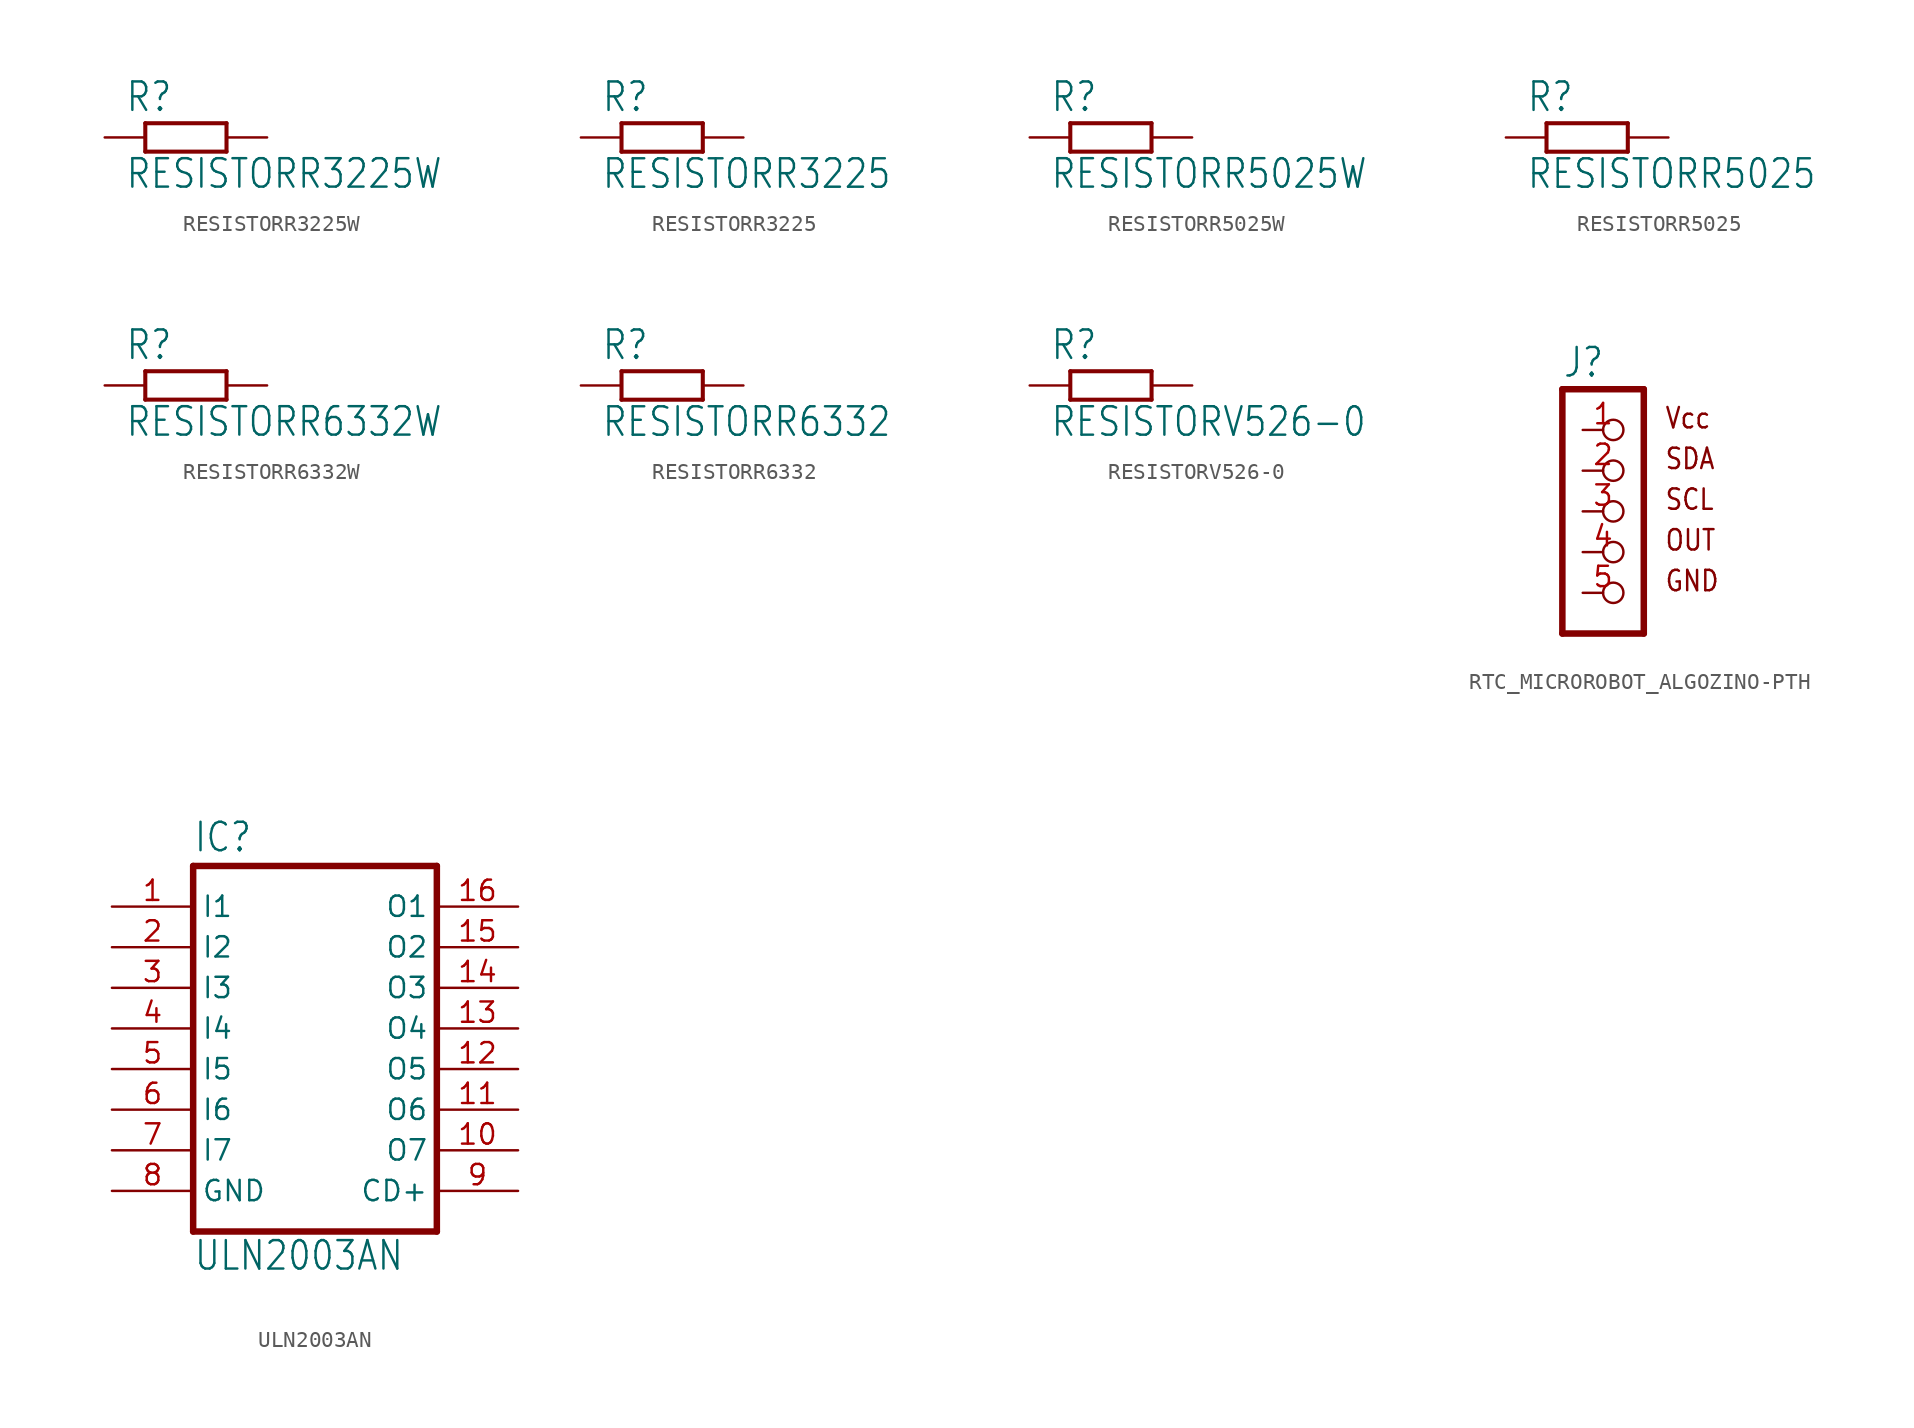
<source format=kicad_sym>
(kicad_symbol_lib
  (version 20211014)
  (generator kicad_symbol_editor)
  (symbol "RESISTORR3225W"
    (property "Reference" "R"
      (at -3.81 1.499 0)
      (effects (font (size 1.778 1.511)) (justify left bottom)))
    (property "Value" "RESISTORR3225W"
      (at -3.81 -3.302 0)
      (effects (font (size 1.778 1.511)) (justify left bottom)))
    (property "ki_locked" ""
      (at 0 0 0)
      (effects (font (size 1.27 1.27))))
    (symbol "RESISTORR3225W_1_0"
      (polyline (pts (xy -2.54 -0.889) (xy -2.54 0.889)) (stroke (width 0.254) (type default) (color 0 0 0 0)) (fill (type none)))
      (polyline (pts (xy -2.54 -0.889) (xy 2.54 -0.889)) (stroke (width 0.254) (type default) (color 0 0 0 0)) (fill (type none)))
      (polyline (pts (xy 2.54 -0.889) (xy 2.54 0.889)) (stroke (width 0.254) (type default) (color 0 0 0 0)) (fill (type none)))
      (polyline (pts (xy 2.54 0.889) (xy -2.54 0.889)) (stroke (width 0.254) (type default) (color 0 0 0 0)) (fill (type none)))
      (pin passive line (at -5.08 0 0) (length 2.54) (name "1" (effects (font (size 0 0)))) (number "1" (effects (font (size 0 0)))))
      (pin passive line (at 5.08 0 180) (length 2.54) (name "2" (effects (font (size 0 0)))) (number "2" (effects (font (size 0 0)))))))
  (symbol "RESISTORR3225"
    (property "Reference" "R"
      (at -3.81 1.499 0)
      (effects (font (size 1.778 1.511)) (justify left bottom)))
    (property "Value" "RESISTORR3225"
      (at -3.81 -3.302 0)
      (effects (font (size 1.778 1.511)) (justify left bottom)))
    (property "ki_locked" ""
      (at 0 0 0)
      (effects (font (size 1.27 1.27))))
    (symbol "RESISTORR3225_1_0"
      (polyline (pts (xy -2.54 -0.889) (xy -2.54 0.889)) (stroke (width 0.254) (type default) (color 0 0 0 0)) (fill (type none)))
      (polyline (pts (xy -2.54 -0.889) (xy 2.54 -0.889)) (stroke (width 0.254) (type default) (color 0 0 0 0)) (fill (type none)))
      (polyline (pts (xy 2.54 -0.889) (xy 2.54 0.889)) (stroke (width 0.254) (type default) (color 0 0 0 0)) (fill (type none)))
      (polyline (pts (xy 2.54 0.889) (xy -2.54 0.889)) (stroke (width 0.254) (type default) (color 0 0 0 0)) (fill (type none)))
      (pin passive line (at -5.08 0 0) (length 2.54) (name "1" (effects (font (size 0 0)))) (number "1" (effects (font (size 0 0)))))
      (pin passive line (at 5.08 0 180) (length 2.54) (name "2" (effects (font (size 0 0)))) (number "2" (effects (font (size 0 0)))))))
  (symbol "RESISTORR5025W"
    (property "Reference" "R"
      (at -3.81 1.499 0)
      (effects (font (size 1.778 1.511)) (justify left bottom)))
    (property "Value" "RESISTORR5025W"
      (at -3.81 -3.302 0)
      (effects (font (size 1.778 1.511)) (justify left bottom)))
    (property "ki_locked" ""
      (at 0 0 0)
      (effects (font (size 1.27 1.27))))
    (symbol "RESISTORR5025W_1_0"
      (polyline (pts (xy -2.54 -0.889) (xy -2.54 0.889)) (stroke (width 0.254) (type default) (color 0 0 0 0)) (fill (type none)))
      (polyline (pts (xy -2.54 -0.889) (xy 2.54 -0.889)) (stroke (width 0.254) (type default) (color 0 0 0 0)) (fill (type none)))
      (polyline (pts (xy 2.54 -0.889) (xy 2.54 0.889)) (stroke (width 0.254) (type default) (color 0 0 0 0)) (fill (type none)))
      (polyline (pts (xy 2.54 0.889) (xy -2.54 0.889)) (stroke (width 0.254) (type default) (color 0 0 0 0)) (fill (type none)))
      (pin passive line (at -5.08 0 0) (length 2.54) (name "1" (effects (font (size 0 0)))) (number "1" (effects (font (size 0 0)))))
      (pin passive line (at 5.08 0 180) (length 2.54) (name "2" (effects (font (size 0 0)))) (number "2" (effects (font (size 0 0)))))))
  (symbol "RESISTORR5025"
    (property "Reference" "R"
      (at -3.81 1.499 0)
      (effects (font (size 1.778 1.511)) (justify left bottom)))
    (property "Value" "RESISTORR5025"
      (at -3.81 -3.302 0)
      (effects (font (size 1.778 1.511)) (justify left bottom)))
    (property "ki_locked" ""
      (at 0 0 0)
      (effects (font (size 1.27 1.27))))
    (symbol "RESISTORR5025_1_0"
      (polyline (pts (xy -2.54 -0.889) (xy -2.54 0.889)) (stroke (width 0.254) (type default) (color 0 0 0 0)) (fill (type none)))
      (polyline (pts (xy -2.54 -0.889) (xy 2.54 -0.889)) (stroke (width 0.254) (type default) (color 0 0 0 0)) (fill (type none)))
      (polyline (pts (xy 2.54 -0.889) (xy 2.54 0.889)) (stroke (width 0.254) (type default) (color 0 0 0 0)) (fill (type none)))
      (polyline (pts (xy 2.54 0.889) (xy -2.54 0.889)) (stroke (width 0.254) (type default) (color 0 0 0 0)) (fill (type none)))
      (pin passive line (at -5.08 0 0) (length 2.54) (name "1" (effects (font (size 0 0)))) (number "1" (effects (font (size 0 0)))))
      (pin passive line (at 5.08 0 180) (length 2.54) (name "2" (effects (font (size 0 0)))) (number "2" (effects (font (size 0 0)))))))
  (symbol "RESISTORR6332W"
    (property "Reference" "R"
      (at -3.81 1.499 0)
      (effects (font (size 1.778 1.511)) (justify left bottom)))
    (property "Value" "RESISTORR6332W"
      (at -3.81 -3.302 0)
      (effects (font (size 1.778 1.511)) (justify left bottom)))
    (property "ki_locked" ""
      (at 0 0 0)
      (effects (font (size 1.27 1.27))))
    (symbol "RESISTORR6332W_1_0"
      (polyline (pts (xy -2.54 -0.889) (xy -2.54 0.889)) (stroke (width 0.254) (type default) (color 0 0 0 0)) (fill (type none)))
      (polyline (pts (xy -2.54 -0.889) (xy 2.54 -0.889)) (stroke (width 0.254) (type default) (color 0 0 0 0)) (fill (type none)))
      (polyline (pts (xy 2.54 -0.889) (xy 2.54 0.889)) (stroke (width 0.254) (type default) (color 0 0 0 0)) (fill (type none)))
      (polyline (pts (xy 2.54 0.889) (xy -2.54 0.889)) (stroke (width 0.254) (type default) (color 0 0 0 0)) (fill (type none)))
      (pin passive line (at -5.08 0 0) (length 2.54) (name "1" (effects (font (size 0 0)))) (number "1" (effects (font (size 0 0)))))
      (pin passive line (at 5.08 0 180) (length 2.54) (name "2" (effects (font (size 0 0)))) (number "2" (effects (font (size 0 0)))))))
  (symbol "RESISTORR6332"
    (property "Reference" "R"
      (at -3.81 1.499 0)
      (effects (font (size 1.778 1.511)) (justify left bottom)))
    (property "Value" "RESISTORR6332"
      (at -3.81 -3.302 0)
      (effects (font (size 1.778 1.511)) (justify left bottom)))
    (property "ki_locked" ""
      (at 0 0 0)
      (effects (font (size 1.27 1.27))))
    (symbol "RESISTORR6332_1_0"
      (polyline (pts (xy -2.54 -0.889) (xy -2.54 0.889)) (stroke (width 0.254) (type default) (color 0 0 0 0)) (fill (type none)))
      (polyline (pts (xy -2.54 -0.889) (xy 2.54 -0.889)) (stroke (width 0.254) (type default) (color 0 0 0 0)) (fill (type none)))
      (polyline (pts (xy 2.54 -0.889) (xy 2.54 0.889)) (stroke (width 0.254) (type default) (color 0 0 0 0)) (fill (type none)))
      (polyline (pts (xy 2.54 0.889) (xy -2.54 0.889)) (stroke (width 0.254) (type default) (color 0 0 0 0)) (fill (type none)))
      (pin passive line (at -5.08 0 0) (length 2.54) (name "1" (effects (font (size 0 0)))) (number "1" (effects (font (size 0 0)))))
      (pin passive line (at 5.08 0 180) (length 2.54) (name "2" (effects (font (size 0 0)))) (number "2" (effects (font (size 0 0)))))))
  (symbol "RESISTORV526-0"
    (property "Reference" "R"
      (at -3.81 1.499 0)
      (effects (font (size 1.778 1.511)) (justify left bottom)))
    (property "Value" "RESISTORV526-0"
      (at -3.81 -3.302 0)
      (effects (font (size 1.778 1.511)) (justify left bottom)))
    (property "ki_locked" ""
      (at 0 0 0)
      (effects (font (size 1.27 1.27))))
    (symbol "RESISTORV526-0_1_0"
      (polyline (pts (xy -2.54 -0.889) (xy -2.54 0.889)) (stroke (width 0.254) (type default) (color 0 0 0 0)) (fill (type none)))
      (polyline (pts (xy -2.54 -0.889) (xy 2.54 -0.889)) (stroke (width 0.254) (type default) (color 0 0 0 0)) (fill (type none)))
      (polyline (pts (xy 2.54 -0.889) (xy 2.54 0.889)) (stroke (width 0.254) (type default) (color 0 0 0 0)) (fill (type none)))
      (polyline (pts (xy 2.54 0.889) (xy -2.54 0.889)) (stroke (width 0.254) (type default) (color 0 0 0 0)) (fill (type none)))
      (pin passive line (at -5.08 0 0) (length 2.54) (name "1" (effects (font (size 0 0)))) (number "1" (effects (font (size 0 0)))))
      (pin passive line (at 5.08 0 180) (length 2.54) (name "2" (effects (font (size 0 0)))) (number "2" (effects (font (size 0 0)))))))
  (symbol "RTC_MICROROBOT_ALGOZINO-PTH"
    (property "Reference" "J"
      (at -1.27 8.255 0)
      (effects (font (size 1.778 1.511)) (justify left bottom)))
    (property "ki_locked" ""
      (at 0 0 0)
      (effects (font (size 1.27 1.27))))
    (symbol "RTC_MICROROBOT_ALGOZINO-PTH_1_0"
      (polyline (pts (xy -1.27 -7.62) (xy -1.27 7.62)) (stroke (width 0.406) (type default) (color 0 0 0 0)) (fill (type none)))
      (polyline (pts (xy -1.27 7.62) (xy 3.81 7.62)) (stroke (width 0.406) (type default) (color 0 0 0 0)) (fill (type none)))
      (polyline (pts (xy 3.81 -7.62) (xy -1.27 -7.62)) (stroke (width 0.406) (type default) (color 0 0 0 0)) (fill (type none)))
      (polyline (pts (xy 3.81 7.62) (xy 3.81 -7.62)) (stroke (width 0.406) (type default) (color 0 0 0 0)) (fill (type none)))
      (text "GND" (at 5.08 -5.08 0) (effects (font (size 1.27 1.079)) (justify left bottom)))
      (text "OUT" (at 5.08 -2.54 0) (effects (font (size 1.27 1.079)) (justify left bottom)))
      (text "SCL" (at 5.08 0 0) (effects (font (size 1.27 1.079)) (justify left bottom)))
      (text "SDA" (at 5.08 2.54 0) (effects (font (size 1.27 1.079)) (justify left bottom)))
      (text "Vcc" (at 5.08 5.08 0) (effects (font (size 1.27 1.079)) (justify left bottom)))
      (pin bidirectional inverted (at 0 5.08 0) (length 2.54) (name "1" (effects (font (size 0 0)))) (number "1" (effects (font (size 1.27 1.27)))))
      (pin bidirectional inverted (at 0 2.54 0) (length 2.54) (name "2" (effects (font (size 0 0)))) (number "2" (effects (font (size 1.27 1.27)))))
      (pin bidirectional inverted (at 0 0 0) (length 2.54) (name "3" (effects (font (size 0 0)))) (number "3" (effects (font (size 1.27 1.27)))))
      (pin bidirectional inverted (at 0 -2.54 0) (length 2.54) (name "4" (effects (font (size 0 0)))) (number "4" (effects (font (size 1.27 1.27)))))
      (pin bidirectional inverted (at 0 -5.08 0) (length 2.54) (name "5" (effects (font (size 0 0)))) (number "5" (effects (font (size 1.27 1.27)))))))
  (symbol "ULN2003AN"
    (property "Reference" "IC"
      (at -7.62 10.922 0)
      (effects (font (size 1.778 1.511)) (justify left bottom)))
    (property "Value" "ULN2003AN"
      (at -7.62 -15.24 0)
      (effects (font (size 1.778 1.511)) (justify left bottom)))
    (property "ki_locked" ""
      (at 0 0 0)
      (effects (font (size 1.27 1.27))))
    (symbol "ULN2003AN_1_0"
      (polyline (pts (xy -7.62 10.16) (xy -7.62 -12.7)) (stroke (width 0.406) (type default) (color 0 0 0 0)) (fill (type none)))
      (polyline (pts (xy -7.62 10.16) (xy 7.62 10.16)) (stroke (width 0.406) (type default) (color 0 0 0 0)) (fill (type none)))
      (polyline (pts (xy 7.62 -12.7) (xy -7.62 -12.7)) (stroke (width 0.406) (type default) (color 0 0 0 0)) (fill (type none)))
      (polyline (pts (xy 7.62 -12.7) (xy 7.62 10.16)) (stroke (width 0.406) (type default) (color 0 0 0 0)) (fill (type none)))
      (pin input line (at -12.7 7.62 0) (length 5.08) (name "I1" (effects (font (size 1.27 1.27)))) (number "1" (effects (font (size 1.27 1.27)))))
      (pin open_collector line (at 12.7 -7.62 180) (length 5.08) (name "O7" (effects (font (size 1.27 1.27)))) (number "10" (effects (font (size 1.27 1.27)))))
      (pin open_collector line (at 12.7 -5.08 180) (length 5.08) (name "O6" (effects (font (size 1.27 1.27)))) (number "11" (effects (font (size 1.27 1.27)))))
      (pin open_collector line (at 12.7 -2.54 180) (length 5.08) (name "O5" (effects (font (size 1.27 1.27)))) (number "12" (effects (font (size 1.27 1.27)))))
      (pin open_collector line (at 12.7 0 180) (length 5.08) (name "O4" (effects (font (size 1.27 1.27)))) (number "13" (effects (font (size 1.27 1.27)))))
      (pin open_collector line (at 12.7 2.54 180) (length 5.08) (name "O3" (effects (font (size 1.27 1.27)))) (number "14" (effects (font (size 1.27 1.27)))))
      (pin open_collector line (at 12.7 5.08 180) (length 5.08) (name "O2" (effects (font (size 1.27 1.27)))) (number "15" (effects (font (size 1.27 1.27)))))
      (pin open_collector line (at 12.7 7.62 180) (length 5.08) (name "O1" (effects (font (size 1.27 1.27)))) (number "16" (effects (font (size 1.27 1.27)))))
      (pin input line (at -12.7 5.08 0) (length 5.08) (name "I2" (effects (font (size 1.27 1.27)))) (number "2" (effects (font (size 1.27 1.27)))))
      (pin input line (at -12.7 2.54 0) (length 5.08) (name "I3" (effects (font (size 1.27 1.27)))) (number "3" (effects (font (size 1.27 1.27)))))
      (pin input line (at -12.7 0 0) (length 5.08) (name "I4" (effects (font (size 1.27 1.27)))) (number "4" (effects (font (size 1.27 1.27)))))
      (pin input line (at -12.7 -2.54 0) (length 5.08) (name "I5" (effects (font (size 1.27 1.27)))) (number "5" (effects (font (size 1.27 1.27)))))
      (pin input line (at -12.7 -5.08 0) (length 5.08) (name "I6" (effects (font (size 1.27 1.27)))) (number "6" (effects (font (size 1.27 1.27)))))
      (pin input line (at -12.7 -7.62 0) (length 5.08) (name "I7" (effects (font (size 1.27 1.27)))) (number "7" (effects (font (size 1.27 1.27)))))
      (pin power_in line (at -12.7 -10.16 0) (length 5.08) (name "GND" (effects (font (size 1.27 1.27)))) (number "8" (effects (font (size 1.27 1.27)))))
      (pin passive line (at 12.7 -10.16 180) (length 5.08) (name "CD+" (effects (font (size 1.27 1.27)))) (number "9" (effects (font (size 1.27 1.27))))))))
</source>
